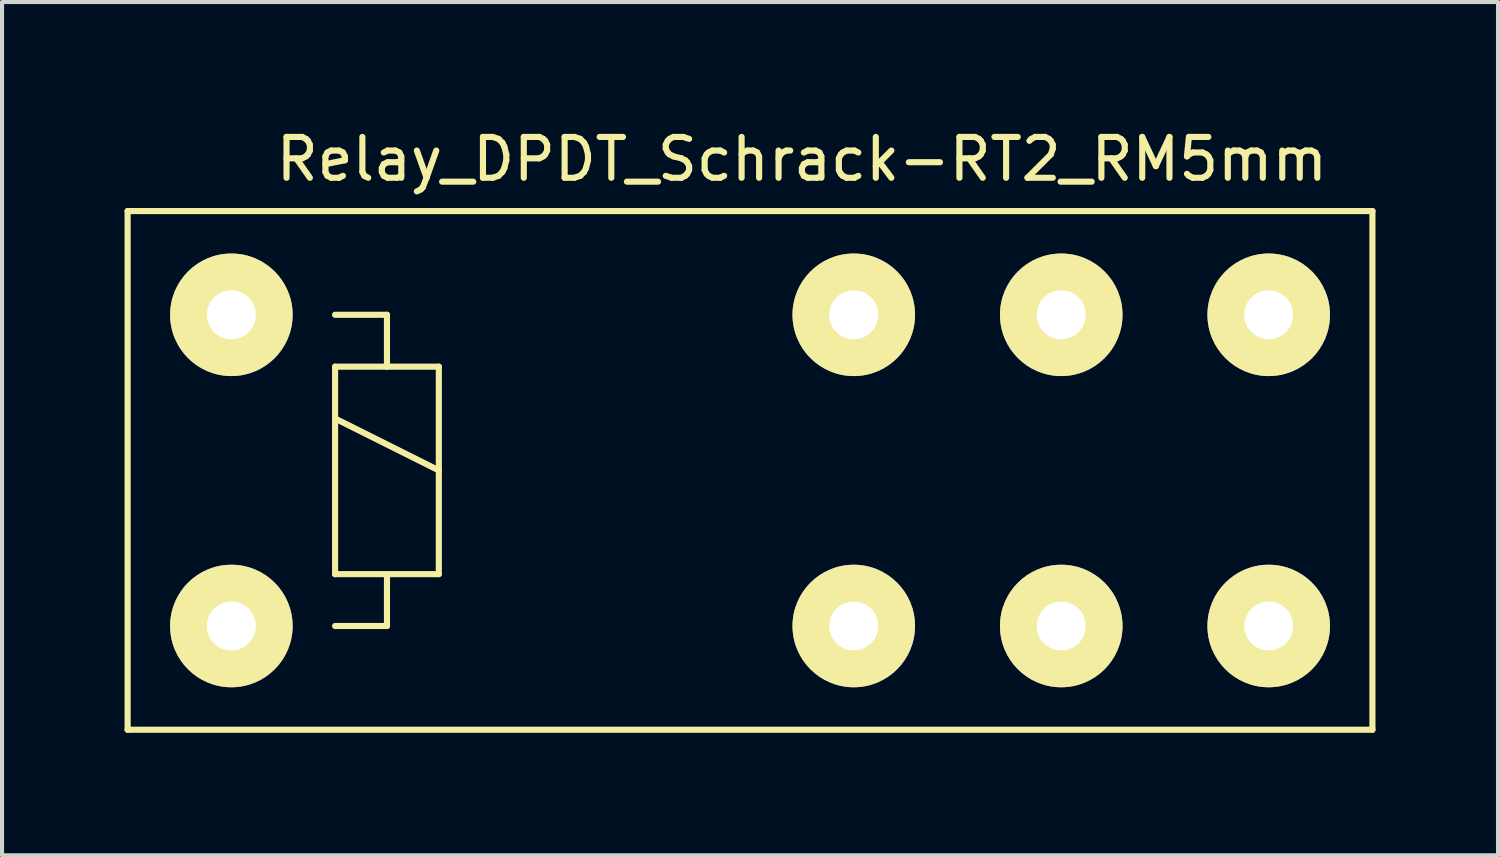
<source format=kicad_pcb>
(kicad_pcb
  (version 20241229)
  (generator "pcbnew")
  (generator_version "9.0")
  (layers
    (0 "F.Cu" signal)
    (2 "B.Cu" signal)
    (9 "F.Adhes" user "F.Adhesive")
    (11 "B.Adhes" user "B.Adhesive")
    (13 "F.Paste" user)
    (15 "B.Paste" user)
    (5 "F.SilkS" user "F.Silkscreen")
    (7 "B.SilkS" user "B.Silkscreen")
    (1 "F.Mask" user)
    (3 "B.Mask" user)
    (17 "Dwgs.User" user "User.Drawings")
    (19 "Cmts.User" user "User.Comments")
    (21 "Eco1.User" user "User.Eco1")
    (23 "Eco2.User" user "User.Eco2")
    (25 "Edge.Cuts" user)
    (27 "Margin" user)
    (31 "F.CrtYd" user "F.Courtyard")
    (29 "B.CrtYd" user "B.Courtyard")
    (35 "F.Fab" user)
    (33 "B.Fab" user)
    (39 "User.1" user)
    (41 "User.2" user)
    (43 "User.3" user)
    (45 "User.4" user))
  (footprint "Relay_DPDT_Schrack-RT2_RM5mm"
    (layer "F.Cu")
    (at 2.615 12.278)
    (property "Reference" "Relay_DPDT_Schrack-RT2_RM5mm" (at 13.97 -11.43 0) (layer "F.SilkS") (effects (font (size 1 1) (thickness 0.15))))
    (attr through_hole)
    (fp_line (start -2.54 -10.16) (end 27.94 -10.16) (stroke (width 0.15) (type solid)) (layer "F.SilkS"))
    (fp_line (start -2.54 2.54) (end -2.54 -10.16) (stroke (width 0.15) (type solid)) (layer "F.SilkS"))
    (fp_line (start 2.54 -7.62) (end 3.81 -7.62) (stroke (width 0.15) (type solid)) (layer "F.SilkS"))
    (fp_line (start 2.54 -6.35) (end 3.81 -6.35) (stroke (width 0.15) (type solid)) (layer "F.SilkS"))
    (fp_line (start 2.54 -5.08) (end 5.08 -3.81) (stroke (width 0.15) (type solid)) (layer "F.SilkS"))
    (fp_line (start 2.54 -1.27) (end 2.54 -6.35) (stroke (width 0.15) (type solid)) (layer "F.SilkS"))
    (fp_line (start 3.81 -7.62) (end 3.81 -6.35) (stroke (width 0.15) (type solid)) (layer "F.SilkS"))
    (fp_line (start 3.81 -6.35) (end 5.08 -6.35) (stroke (width 0.15) (type solid)) (layer "F.SilkS"))
    (fp_line (start 3.81 -1.27) (end 3.81 0) (stroke (width 0.15) (type solid)) (layer "F.SilkS"))
    (fp_line (start 3.81 0) (end 2.54 0) (stroke (width 0.15) (type solid)) (layer "F.SilkS"))
    (fp_line (start 5.08 -6.35) (end 5.08 -1.27) (stroke (width 0.15) (type solid)) (layer "F.SilkS"))
    (fp_line (start 5.08 -1.27) (end 2.54 -1.27) (stroke (width 0.15) (type solid)) (layer "F.SilkS"))
    (fp_line (start 27.94 -10.16) (end 27.94 2.54) (stroke (width 0.15) (type solid)) (layer "F.SilkS"))
    (fp_line (start 27.94 2.54) (end -2.54 2.54) (stroke (width 0.15) (type solid)) (layer "F.SilkS"))
    (pad "1" thru_hole circle (at 25.4 0) (size 3 3) (drill 1.199) (layers "*.Cu" "*.Mask" "F.SilkS"))
    (pad "3" thru_hole circle (at 15.24 0) (size 3 3) (drill 1.199) (layers "*.Cu" "*.Mask" "F.SilkS"))
    (pad "5" thru_hole circle (at 20.32 0) (size 3 3) (drill 1.199) (layers "*.Cu" "*.Mask" "F.SilkS"))
    (pad "8" thru_hole circle (at 0 -7.62) (size 3 3) (drill 1.199) (layers "*.Cu" "*.Mask" "F.SilkS"))
    (pad "9" thru_hole circle (at 0 0) (size 3 3) (drill 1.199) (layers "*.Cu" "*.Mask" "F.SilkS"))
    (pad "12" thru_hole circle (at 20.32 -7.62) (size 3 3) (drill 1.199) (layers "*.Cu" "*.Mask" "F.SilkS"))
    (pad "14" thru_hole circle (at 15.24 -7.62) (size 3 3) (drill 1.199) (layers "*.Cu" "*.Mask" "F.SilkS"))
    (pad "16" thru_hole circle (at 25.4 -7.62) (size 3 3) (drill 1.199) (layers "*.Cu" "*.Mask" "F.SilkS")))
  (gr_rect
    (start -3 -3)
    (end 33.63 17.893)
    (stroke (width 0.1) (type default))
    (fill no)
    (layer "Edge.Cuts")))
</source>
